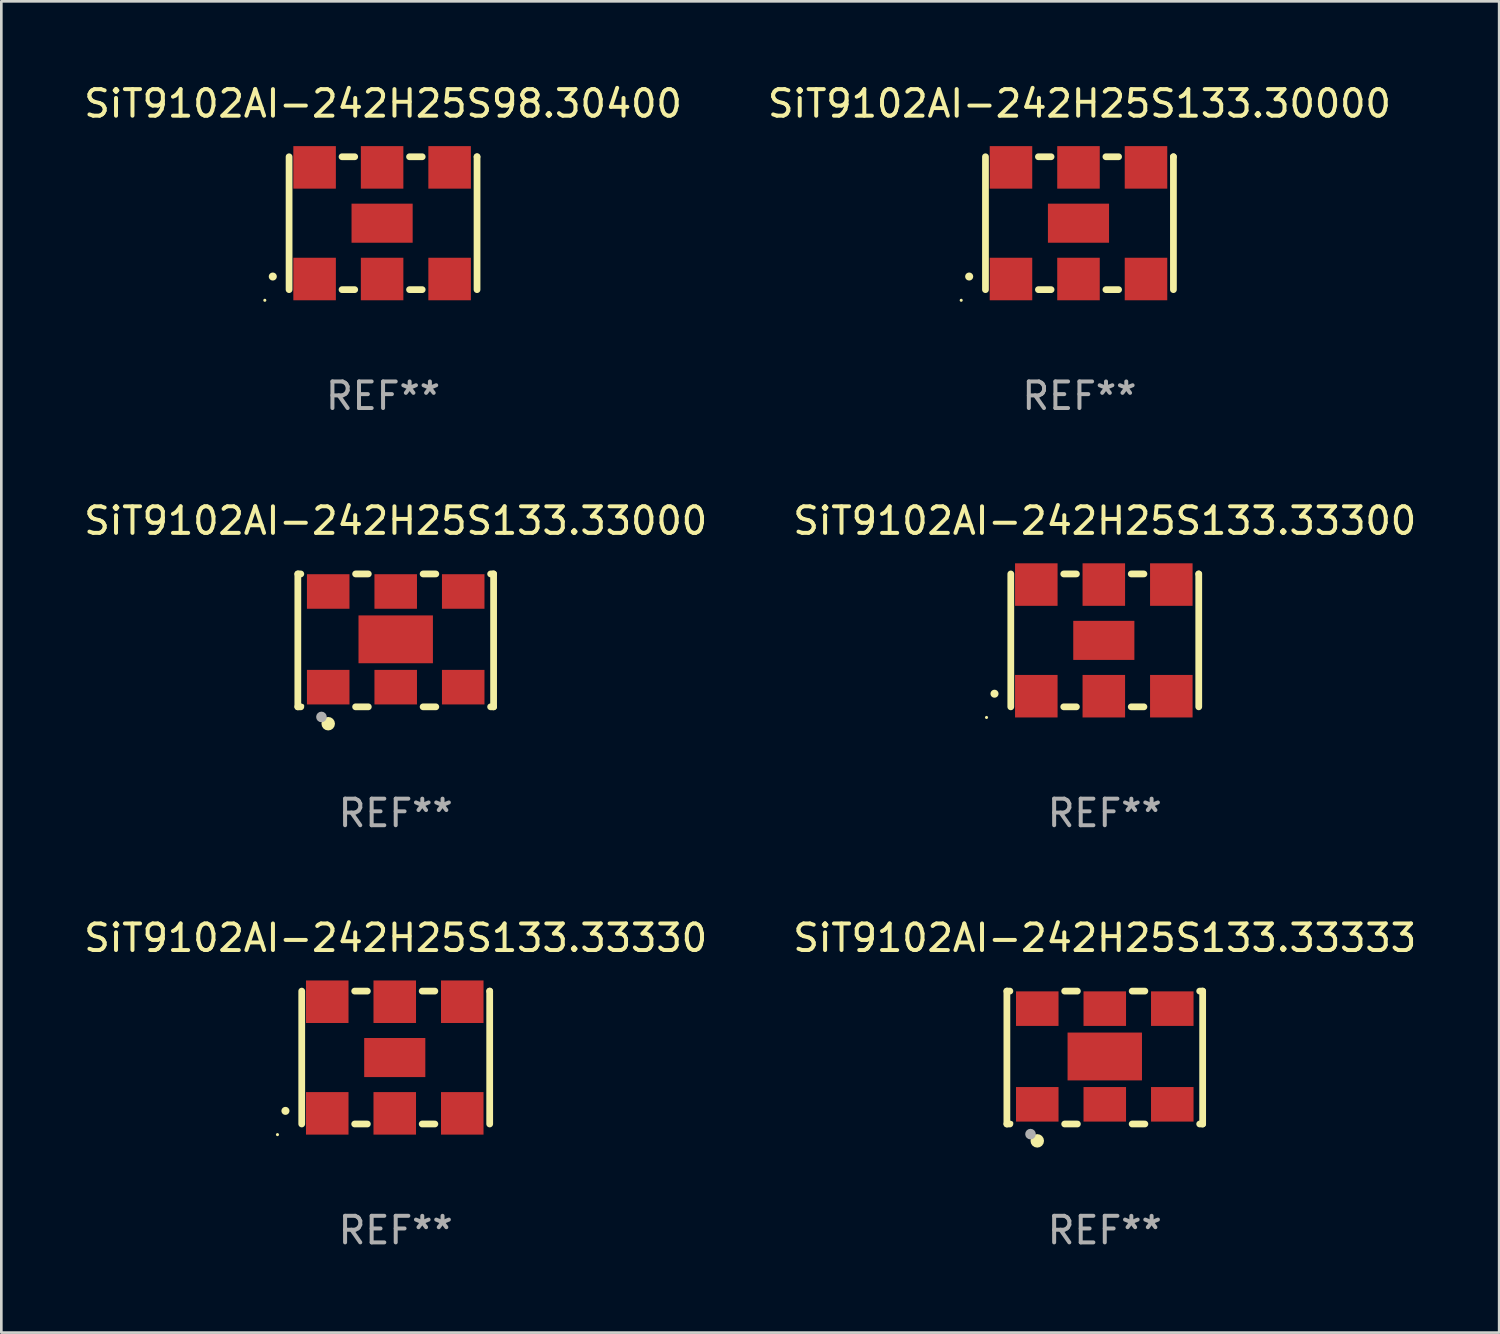
<source format=kicad_pcb>
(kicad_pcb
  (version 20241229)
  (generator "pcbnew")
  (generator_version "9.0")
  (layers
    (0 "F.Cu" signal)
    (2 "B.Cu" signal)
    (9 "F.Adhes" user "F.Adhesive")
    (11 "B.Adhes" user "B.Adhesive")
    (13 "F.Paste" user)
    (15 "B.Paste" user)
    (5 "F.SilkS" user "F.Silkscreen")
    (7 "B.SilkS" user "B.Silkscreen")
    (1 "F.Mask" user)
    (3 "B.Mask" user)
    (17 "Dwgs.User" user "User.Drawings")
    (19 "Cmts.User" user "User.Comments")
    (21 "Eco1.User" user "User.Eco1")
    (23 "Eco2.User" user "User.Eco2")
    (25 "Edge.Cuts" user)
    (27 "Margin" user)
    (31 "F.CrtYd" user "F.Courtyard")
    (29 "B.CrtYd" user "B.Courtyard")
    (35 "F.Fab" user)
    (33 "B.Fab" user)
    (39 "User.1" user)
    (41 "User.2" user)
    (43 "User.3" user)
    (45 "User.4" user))
  (footprint "SiT9102AI-242H25S133.30000"
    (layer "F.Cu")
    (at 37.565 5.348)
    (property "Reference" "SiT9102AI-242H25S133.30000" (at 0 -4.5 0) (layer "F.SilkS") (effects (font (size 1 1) (thickness 0.15))))
    (attr through_hole)
    (fp_line (start -3.536 -2.5) (end -3.536 2.5) (stroke (width 0.254) (type solid)) (layer "F.SilkS"))
    (fp_line (start -1.544 2.5) (end -1.067 2.5) (stroke (width 0.254) (type solid)) (layer "F.SilkS"))
    (fp_line (start -1.067 -2.5) (end -1.544 -2.5) (stroke (width 0.254) (type solid)) (layer "F.SilkS"))
    (fp_line (start 0.996 2.5) (end 1.473 2.5) (stroke (width 0.254) (type solid)) (layer "F.SilkS"))
    (fp_line (start 1.473 -2.5) (end 0.996 -2.5) (stroke (width 0.254) (type solid)) (layer "F.SilkS"))
    (fp_line (start 3.536 -2.5) (end 3.536 -2.5) (stroke (width 0.254) (type solid)) (layer "F.SilkS"))
    (fp_line (start 3.536 2.5) (end 3.536 -2.5) (stroke (width 0.254) (type solid)) (layer "F.SilkS"))
    (fp_arc (start -4.150432 2.006604) (mid -4.149162 2.006599) (end -4.147892 2.006604) (stroke (width 0.3) (type solid)) (layer "F.SilkS"))
    (fp_circle (center -4.449 2.9) (end -4.419 2.9) (stroke (width 0.06) (type solid)) (fill no) (layer "F.SilkS"))
    (fp_text user "REF**" (at 0 6.5 0) (layer "F.Fab") (effects (font (size 1 1) (thickness 0.15))))
    (pad "1" smd rect (at -2.576 2.1) (size 1.6 1.6) (layers "F.Cu" "F.Mask" "F.Paste"))
    (pad "2" smd rect (at -0.036 2.1) (size 1.6 1.6) (layers "F.Cu" "F.Mask" "F.Paste"))
    (pad "3" smd rect (at 2.504 2.1) (size 1.6 1.6) (layers "F.Cu" "F.Mask" "F.Paste"))
    (pad "4" smd rect (at 2.504 -2.1) (size 1.6 1.6) (layers "F.Cu" "F.Mask" "F.Paste"))
    (pad "5" smd rect (at -0.036 -2.1) (size 1.6 1.6) (layers "F.Cu" "F.Mask" "F.Paste"))
    (pad "6" smd rect (at -2.576 -2.1) (size 1.6 1.6) (layers "F.Cu" "F.Mask" "F.Paste"))
    (pad "7" smd rect (at -0.036 0) (size 2.3 1.47) (layers "F.Cu" "F.Mask" "F.Paste")))
  (footprint "SiT9102AI-242H25S133.33333"
    (layer "F.Cu")
    (at 38.518 36.741)
    (property "Reference" "SiT9102AI-242H25S133.33333" (at 0 -4.5 0) (layer "F.SilkS") (effects (font (size 1 1) (thickness 0.15))))
    (attr through_hole)
    (fp_line (start -3.683 -2.5) (end -3.571 -2.5) (stroke (width 0.254) (type solid)) (layer "F.SilkS"))
    (fp_line (start -3.683 2.5) (end -3.683 -2.5) (stroke (width 0.254) (type solid)) (layer "F.SilkS"))
    (fp_line (start -3.683 2.5) (end -3.571 2.5) (stroke (width 0.254) (type solid)) (layer "F.SilkS"))
    (fp_line (start -1.509 -2.5) (end -1.031 -2.5) (stroke (width 0.254) (type solid)) (layer "F.SilkS"))
    (fp_line (start -1.509 2.5) (end -1.031 2.5) (stroke (width 0.254) (type solid)) (layer "F.SilkS"))
    (fp_line (start 1.031 -2.5) (end 1.509 -2.5) (stroke (width 0.254) (type solid)) (layer "F.SilkS"))
    (fp_line (start 1.031 2.5) (end 1.509 2.5) (stroke (width 0.254) (type solid)) (layer "F.SilkS"))
    (fp_line (start 3.571 -2.5) (end 3.683 -2.5) (stroke (width 0.254) (type solid)) (layer "F.SilkS"))
    (fp_line (start 3.571 2.5) (end 3.683 2.5) (stroke (width 0.254) (type solid)) (layer "F.SilkS"))
    (fp_line (start 3.683 2.5) (end 3.683 -2.5) (stroke (width 0.254) (type solid)) (layer "F.SilkS"))
    (fp_circle (center -3.5 2.46) (end -3.47 2.46) (stroke (width 0.06) (type solid)) (fill no) (layer "F.SilkS"))
    (fp_circle (center -2.54 3.135) (end -2.413 3.135) (stroke (width 0.254) (type solid)) (fill no) (layer "F.SilkS"))
    (fp_circle (center -2.794 2.881) (end -2.694 2.881) (stroke (width 0.2) (type solid)) (fill no) (layer "F.Fab"))
    (fp_text user "REF**" (at 0 6.5 0) (layer "F.Fab") (effects (font (size 1 1) (thickness 0.15))))
    (pad "1" smd rect (at -2.54 1.76) (size 1.6 1.3) (layers "F.Cu" "F.Mask" "F.Paste"))
    (pad "2" smd rect (at 0 1.76) (size 1.6 1.3) (layers "F.Cu" "F.Mask" "F.Paste"))
    (pad "3" smd rect (at 2.54 1.76) (size 1.6 1.3) (layers "F.Cu" "F.Mask" "F.Paste"))
    (pad "4" smd rect (at 2.54 -1.84) (size 1.6 1.3) (layers "F.Cu" "F.Mask" "F.Paste"))
    (pad "5" smd rect (at 0 -1.84) (size 1.6 1.3) (layers "F.Cu" "F.Mask" "F.Paste"))
    (pad "6" smd rect (at -2.54 -1.84) (size 1.6 1.3) (layers "F.Cu" "F.Mask" "F.Paste"))
    (pad "7" smd rect (at 0 -0.04) (size 2.8 1.8) (layers "F.Cu" "F.Mask" "F.Paste")))
  (footprint "SiT9102AI-242H25S133.33330"
    (layer "F.Cu")
    (at 11.839 36.741)
    (property "Reference" "SiT9102AI-242H25S133.33330" (at 0 -4.5 0) (layer "F.SilkS") (effects (font (size 1 1) (thickness 0.15))))
    (attr through_hole)
    (fp_line (start -3.536 -2.5) (end -3.536 2.5) (stroke (width 0.254) (type solid)) (layer "F.SilkS"))
    (fp_line (start -1.544 2.5) (end -1.067 2.5) (stroke (width 0.254) (type solid)) (layer "F.SilkS"))
    (fp_line (start -1.067 -2.5) (end -1.544 -2.5) (stroke (width 0.254) (type solid)) (layer "F.SilkS"))
    (fp_line (start 0.996 2.5) (end 1.473 2.5) (stroke (width 0.254) (type solid)) (layer "F.SilkS"))
    (fp_line (start 1.473 -2.5) (end 0.996 -2.5) (stroke (width 0.254) (type solid)) (layer "F.SilkS"))
    (fp_line (start 3.536 -2.5) (end 3.536 -2.5) (stroke (width 0.254) (type solid)) (layer "F.SilkS"))
    (fp_line (start 3.536 2.5) (end 3.536 -2.5) (stroke (width 0.254) (type solid)) (layer "F.SilkS"))
    (fp_arc (start -4.150432 2.006604) (mid -4.149162 2.006599) (end -4.147892 2.006604) (stroke (width 0.3) (type solid)) (layer "F.SilkS"))
    (fp_circle (center -4.449 2.9) (end -4.419 2.9) (stroke (width 0.06) (type solid)) (fill no) (layer "F.SilkS"))
    (fp_text user "REF**" (at 0 6.5 0) (layer "F.Fab") (effects (font (size 1 1) (thickness 0.15))))
    (pad "1" smd rect (at -2.576 2.1) (size 1.6 1.6) (layers "F.Cu" "F.Mask" "F.Paste"))
    (pad "2" smd rect (at -0.036 2.1) (size 1.6 1.6) (layers "F.Cu" "F.Mask" "F.Paste"))
    (pad "3" smd rect (at 2.504 2.1) (size 1.6 1.6) (layers "F.Cu" "F.Mask" "F.Paste"))
    (pad "4" smd rect (at 2.504 -2.1) (size 1.6 1.6) (layers "F.Cu" "F.Mask" "F.Paste"))
    (pad "5" smd rect (at -0.036 -2.1) (size 1.6 1.6) (layers "F.Cu" "F.Mask" "F.Paste"))
    (pad "6" smd rect (at -2.576 -2.1) (size 1.6 1.6) (layers "F.Cu" "F.Mask" "F.Paste"))
    (pad "7" smd rect (at -0.036 0) (size 2.3 1.47) (layers "F.Cu" "F.Mask" "F.Paste")))
  (footprint "SiT9102AI-242H25S133.33300"
    (layer "F.Cu")
    (at 38.518 21.045)
    (property "Reference" "SiT9102AI-242H25S133.33300" (at 0 -4.5 0) (layer "F.SilkS") (effects (font (size 1 1) (thickness 0.15))))
    (attr through_hole)
    (fp_line (start -3.536 -2.5) (end -3.536 2.5) (stroke (width 0.254) (type solid)) (layer "F.SilkS"))
    (fp_line (start -1.544 2.5) (end -1.067 2.5) (stroke (width 0.254) (type solid)) (layer "F.SilkS"))
    (fp_line (start -1.067 -2.5) (end -1.544 -2.5) (stroke (width 0.254) (type solid)) (layer "F.SilkS"))
    (fp_line (start 0.996 2.5) (end 1.473 2.5) (stroke (width 0.254) (type solid)) (layer "F.SilkS"))
    (fp_line (start 1.473 -2.5) (end 0.996 -2.5) (stroke (width 0.254) (type solid)) (layer "F.SilkS"))
    (fp_line (start 3.536 -2.5) (end 3.536 -2.5) (stroke (width 0.254) (type solid)) (layer "F.SilkS"))
    (fp_line (start 3.536 2.5) (end 3.536 -2.5) (stroke (width 0.254) (type solid)) (layer "F.SilkS"))
    (fp_arc (start -4.150432 2.006604) (mid -4.149162 2.006599) (end -4.147892 2.006604) (stroke (width 0.3) (type solid)) (layer "F.SilkS"))
    (fp_circle (center -4.449 2.9) (end -4.419 2.9) (stroke (width 0.06) (type solid)) (fill no) (layer "F.SilkS"))
    (fp_text user "REF**" (at 0 6.5 0) (layer "F.Fab") (effects (font (size 1 1) (thickness 0.15))))
    (pad "1" smd rect (at -2.576 2.1) (size 1.6 1.6) (layers "F.Cu" "F.Mask" "F.Paste"))
    (pad "2" smd rect (at -0.036 2.1) (size 1.6 1.6) (layers "F.Cu" "F.Mask" "F.Paste"))
    (pad "3" smd rect (at 2.504 2.1) (size 1.6 1.6) (layers "F.Cu" "F.Mask" "F.Paste"))
    (pad "4" smd rect (at 2.504 -2.1) (size 1.6 1.6) (layers "F.Cu" "F.Mask" "F.Paste"))
    (pad "5" smd rect (at -0.036 -2.1) (size 1.6 1.6) (layers "F.Cu" "F.Mask" "F.Paste"))
    (pad "6" smd rect (at -2.576 -2.1) (size 1.6 1.6) (layers "F.Cu" "F.Mask" "F.Paste"))
    (pad "7" smd rect (at -0.036 0) (size 2.3 1.47) (layers "F.Cu" "F.Mask" "F.Paste")))
  (footprint "SiT9102AI-242H25S98.30400"
    (layer "F.Cu")
    (at 11.363 5.348)
    (property "Reference" "SiT9102AI-242H25S98.30400" (at 0 -4.5 0) (layer "F.SilkS") (effects (font (size 1 1) (thickness 0.15))))
    (attr through_hole)
    (fp_line (start -3.536 -2.5) (end -3.536 2.5) (stroke (width 0.254) (type solid)) (layer "F.SilkS"))
    (fp_line (start -1.544 2.5) (end -1.067 2.5) (stroke (width 0.254) (type solid)) (layer "F.SilkS"))
    (fp_line (start -1.067 -2.5) (end -1.544 -2.5) (stroke (width 0.254) (type solid)) (layer "F.SilkS"))
    (fp_line (start 0.996 2.5) (end 1.473 2.5) (stroke (width 0.254) (type solid)) (layer "F.SilkS"))
    (fp_line (start 1.473 -2.5) (end 0.996 -2.5) (stroke (width 0.254) (type solid)) (layer "F.SilkS"))
    (fp_line (start 3.536 -2.5) (end 3.536 -2.5) (stroke (width 0.254) (type solid)) (layer "F.SilkS"))
    (fp_line (start 3.536 2.5) (end 3.536 -2.5) (stroke (width 0.254) (type solid)) (layer "F.SilkS"))
    (fp_arc (start -4.150432 2.006604) (mid -4.149162 2.006599) (end -4.147892 2.006604) (stroke (width 0.3) (type solid)) (layer "F.SilkS"))
    (fp_circle (center -4.449 2.9) (end -4.419 2.9) (stroke (width 0.06) (type solid)) (fill no) (layer "F.SilkS"))
    (fp_text user "REF**" (at 0 6.5 0) (layer "F.Fab") (effects (font (size 1 1) (thickness 0.15))))
    (pad "1" smd rect (at -2.576 2.1) (size 1.6 1.6) (layers "F.Cu" "F.Mask" "F.Paste"))
    (pad "2" smd rect (at -0.036 2.1) (size 1.6 1.6) (layers "F.Cu" "F.Mask" "F.Paste"))
    (pad "3" smd rect (at 2.504 2.1) (size 1.6 1.6) (layers "F.Cu" "F.Mask" "F.Paste"))
    (pad "4" smd rect (at 2.504 -2.1) (size 1.6 1.6) (layers "F.Cu" "F.Mask" "F.Paste"))
    (pad "5" smd rect (at -0.036 -2.1) (size 1.6 1.6) (layers "F.Cu" "F.Mask" "F.Paste"))
    (pad "6" smd rect (at -2.576 -2.1) (size 1.6 1.6) (layers "F.Cu" "F.Mask" "F.Paste"))
    (pad "7" smd rect (at -0.036 0) (size 2.3 1.47) (layers "F.Cu" "F.Mask" "F.Paste")))
  (footprint "SiT9102AI-242H25S133.33000"
    (layer "F.Cu")
    (at 11.839 21.045)
    (property "Reference" "SiT9102AI-242H25S133.33000" (at 0 -4.5 0) (layer "F.SilkS") (effects (font (size 1 1) (thickness 0.15))))
    (attr through_hole)
    (fp_line (start -3.683 -2.5) (end -3.571 -2.5) (stroke (width 0.254) (type solid)) (layer "F.SilkS"))
    (fp_line (start -3.683 2.5) (end -3.683 -2.5) (stroke (width 0.254) (type solid)) (layer "F.SilkS"))
    (fp_line (start -3.683 2.5) (end -3.571 2.5) (stroke (width 0.254) (type solid)) (layer "F.SilkS"))
    (fp_line (start -1.509 -2.5) (end -1.031 -2.5) (stroke (width 0.254) (type solid)) (layer "F.SilkS"))
    (fp_line (start -1.509 2.5) (end -1.031 2.5) (stroke (width 0.254) (type solid)) (layer "F.SilkS"))
    (fp_line (start 1.031 -2.5) (end 1.509 -2.5) (stroke (width 0.254) (type solid)) (layer "F.SilkS"))
    (fp_line (start 1.031 2.5) (end 1.509 2.5) (stroke (width 0.254) (type solid)) (layer "F.SilkS"))
    (fp_line (start 3.571 -2.5) (end 3.683 -2.5) (stroke (width 0.254) (type solid)) (layer "F.SilkS"))
    (fp_line (start 3.571 2.5) (end 3.683 2.5) (stroke (width 0.254) (type solid)) (layer "F.SilkS"))
    (fp_line (start 3.683 2.5) (end 3.683 -2.5) (stroke (width 0.254) (type solid)) (layer "F.SilkS"))
    (fp_circle (center -3.5 2.46) (end -3.47 2.46) (stroke (width 0.06) (type solid)) (fill no) (layer "F.SilkS"))
    (fp_circle (center -2.54 3.135) (end -2.413 3.135) (stroke (width 0.254) (type solid)) (fill no) (layer "F.SilkS"))
    (fp_circle (center -2.794 2.881) (end -2.694 2.881) (stroke (width 0.2) (type solid)) (fill no) (layer "F.Fab"))
    (fp_text user "REF**" (at 0 6.5 0) (layer "F.Fab") (effects (font (size 1 1) (thickness 0.15))))
    (pad "1" smd rect (at -2.54 1.76) (size 1.6 1.3) (layers "F.Cu" "F.Mask" "F.Paste"))
    (pad "2" smd rect (at 0 1.76) (size 1.6 1.3) (layers "F.Cu" "F.Mask" "F.Paste"))
    (pad "3" smd rect (at 2.54 1.76) (size 1.6 1.3) (layers "F.Cu" "F.Mask" "F.Paste"))
    (pad "4" smd rect (at 2.54 -1.84) (size 1.6 1.3) (layers "F.Cu" "F.Mask" "F.Paste"))
    (pad "5" smd rect (at 0 -1.84) (size 1.6 1.3) (layers "F.Cu" "F.Mask" "F.Paste"))
    (pad "6" smd rect (at -2.54 -1.84) (size 1.6 1.3) (layers "F.Cu" "F.Mask" "F.Paste"))
    (pad "7" smd rect (at 0 -0.04) (size 2.8 1.8) (layers "F.Cu" "F.Mask" "F.Paste")))
  (gr_rect
    (start -3 -3)
    (end 53.357 47.09)
    (stroke (width 0.1) (type default))
    (fill no)
    (layer "Edge.Cuts")))
</source>
